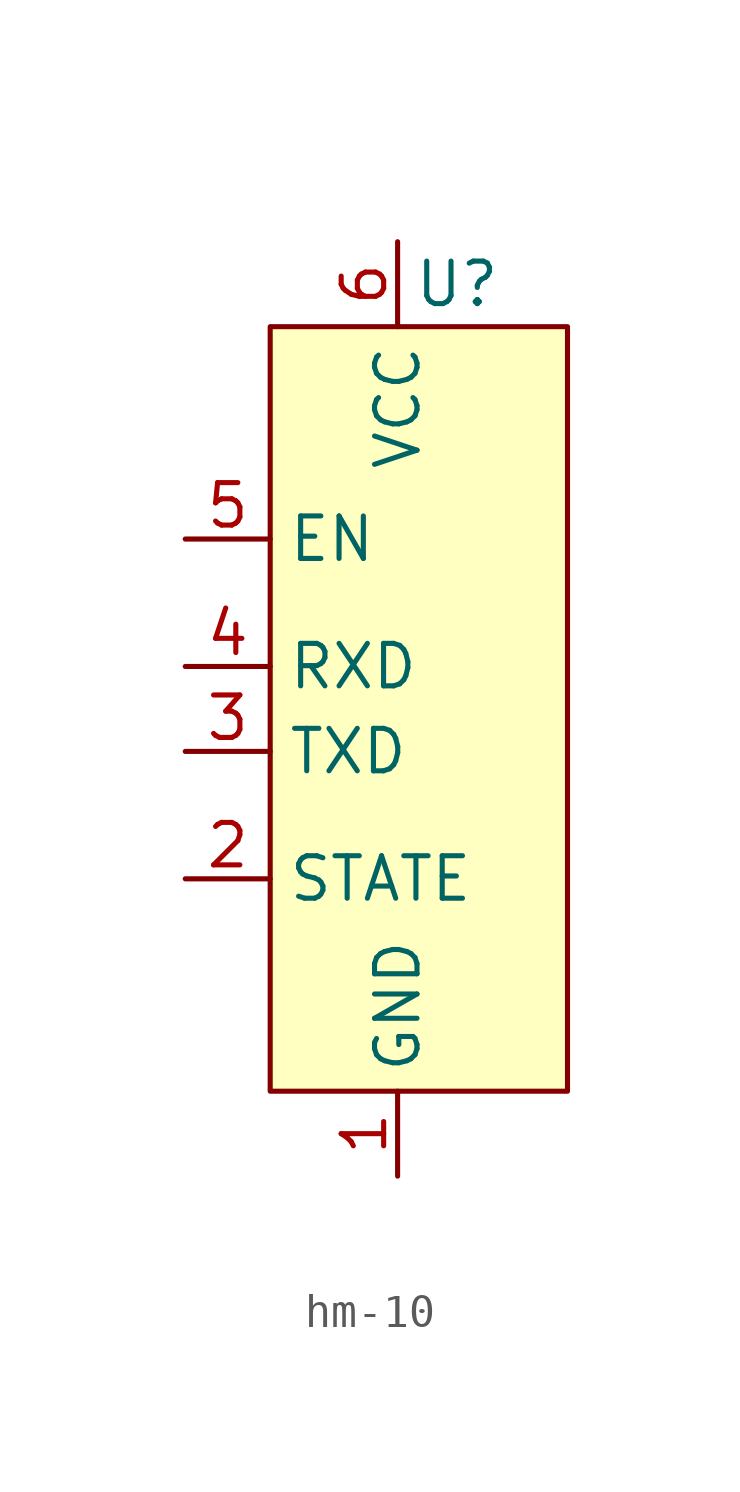
<source format=kicad_sym>
(kicad_symbol_lib
  (version 20231120)
  (generator "kicad_symbol_editor")
  (generator_version "8.0")
  (symbol "hm-10"
    (property "Reference" "U"
      (at 1.778 12.7 0)
      (effects (font (size 1.27 1.27))))
    (property "Value" ""
      (at -2.54 11.43 0)
      (effects (font (size 1.27 1.27))))
    (symbol "hm-10_1_1"
      (rectangle (start -3.81 11.43) (end 5.08 -11.43) (stroke (width 0) (type default)) (fill (type background)))
      (pin input line (at 0 -13.97 90) (length 2.54) (name "GND" (effects (font (size 1.27 1.27)))) (number "1" (effects (font (size 1.27 1.27)))))
      (pin input line (at -6.35 -5.08 0) (length 2.54) (name "STATE" (effects (font (size 1.27 1.27)))) (number "2" (effects (font (size 1.27 1.27)))))
      (pin input line (at -6.35 -1.27 0) (length 2.54) (name "TXD" (effects (font (size 1.27 1.27)))) (number "3" (effects (font (size 1.27 1.27)))))
      (pin input line (at -6.35 1.27 0) (length 2.54) (name "RXD" (effects (font (size 1.27 1.27)))) (number "4" (effects (font (size 1.27 1.27)))))
      (pin input line (at -6.35 5.08 0) (length 2.54) (name "EN" (effects (font (size 1.27 1.27)))) (number "5" (effects (font (size 1.27 1.27)))))
      (pin input line (at 0 13.97 270) (length 2.54) (name "VCC" (effects (font (size 1.27 1.27)))) (number "6" (effects (font (size 1.27 1.27))))))))
</source>
